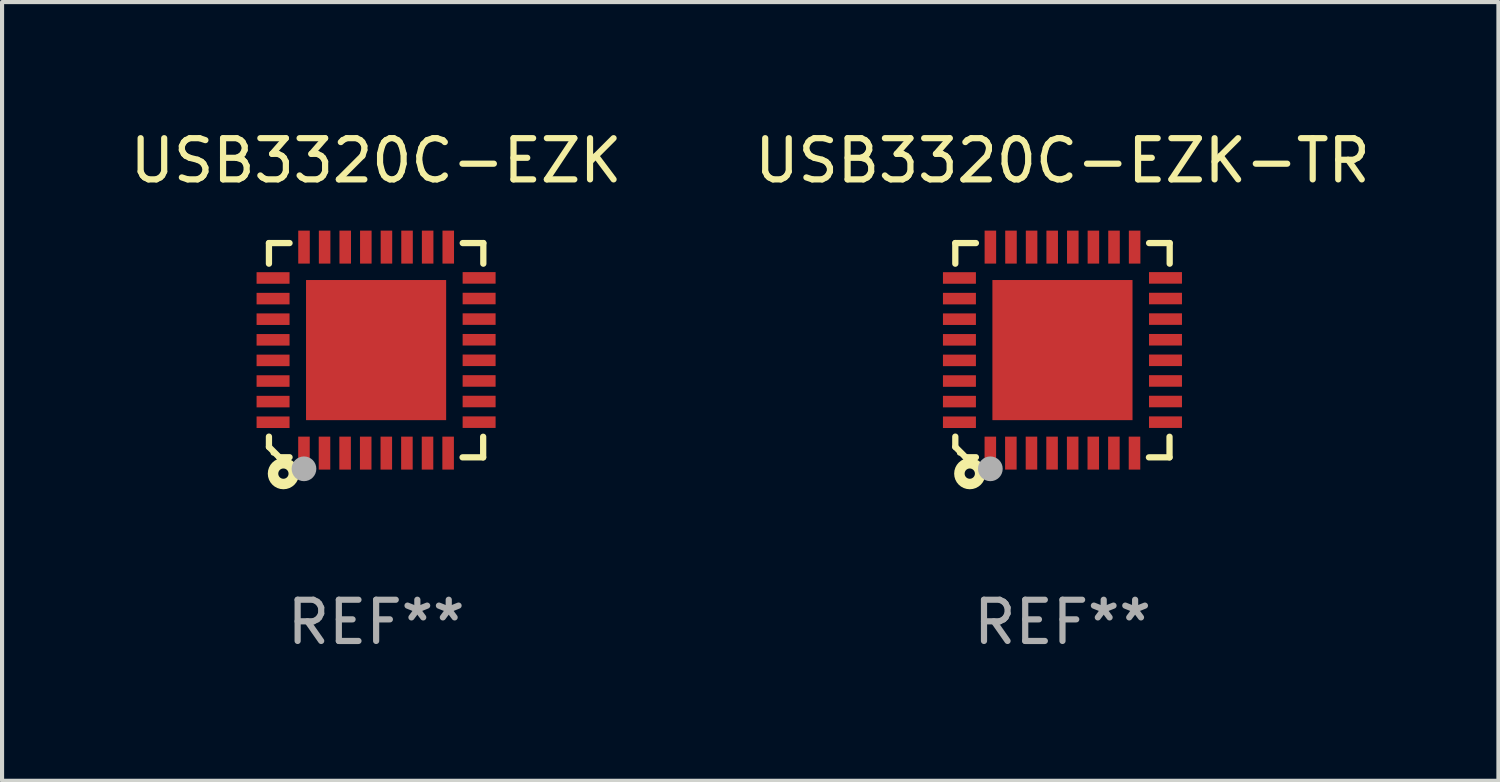
<source format=kicad_pcb>
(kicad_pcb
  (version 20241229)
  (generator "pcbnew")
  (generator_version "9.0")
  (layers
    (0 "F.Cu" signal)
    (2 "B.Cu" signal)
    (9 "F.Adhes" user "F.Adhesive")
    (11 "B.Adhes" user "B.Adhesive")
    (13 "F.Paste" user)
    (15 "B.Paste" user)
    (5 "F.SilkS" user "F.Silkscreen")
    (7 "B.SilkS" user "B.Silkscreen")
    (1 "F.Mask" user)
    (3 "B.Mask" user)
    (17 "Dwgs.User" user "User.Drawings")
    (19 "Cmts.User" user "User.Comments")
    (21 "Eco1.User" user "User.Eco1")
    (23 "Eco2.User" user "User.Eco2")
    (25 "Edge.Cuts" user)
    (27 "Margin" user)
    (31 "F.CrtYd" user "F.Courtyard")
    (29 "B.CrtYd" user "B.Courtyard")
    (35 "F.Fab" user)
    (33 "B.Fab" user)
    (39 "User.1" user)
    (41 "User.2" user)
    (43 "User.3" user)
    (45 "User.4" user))
  (footprint "USB3320C-EZK-TR"
    (layer "F.Cu")
    (at 22.732 5.448)
    (property "Reference" "USB3320C-EZK-TR" (at 0 -4.6 0) (layer "F.SilkS") (effects (font (size 1 1) (thickness 0.15))))
    (attr through_hole)
    (fp_line (start -2.601 2.097) (end -2.601 2.347) (stroke (width 0.152) (type solid)) (layer "F.SilkS"))
    (fp_line (start -2.601 2.347) (end -2.351 2.597) (stroke (width 0.152) (type solid)) (layer "F.SilkS"))
    (fp_line (start -2.601 -2.6) (end -2.601 -2.1) (stroke (width 0.152) (type solid)) (layer "F.SilkS"))
    (fp_line (start -2.601 -2.6) (end -2.101 -2.6) (stroke (width 0.152) (type solid)) (layer "F.SilkS"))
    (fp_line (start -2.351 2.597) (end -2.101 2.597) (stroke (width 0.152) (type solid)) (layer "F.SilkS"))
    (fp_line (start 2.597 2.6) (end 2.097 2.6) (stroke (width 0.152) (type solid)) (layer "F.SilkS"))
    (fp_line (start 2.597 2.6) (end 2.597 2.1) (stroke (width 0.152) (type solid)) (layer "F.SilkS"))
    (fp_line (start 2.601 -2.6) (end 2.101 -2.6) (stroke (width 0.152) (type solid)) (layer "F.SilkS"))
    (fp_line (start 2.601 -2.6) (end 2.601 -2.1) (stroke (width 0.152) (type solid)) (layer "F.SilkS"))
    (fp_circle (center -2.501 2.497) (end -2.471 2.497) (stroke (width 0.06) (type solid)) (fill no) (layer "F.SilkS"))
    (fp_circle (center -2.25 2.995) (end -2.125 2.995) (stroke (width 0.254) (type solid)) (fill no) (layer "F.SilkS"))
    (fp_circle (center -1.751 2.878) (end -1.601 2.878) (stroke (width 0.3) (type solid)) (fill no) (layer "F.Fab"))
    (fp_text user "REF**" (at 0 6.6 0) (layer "F.Fab") (effects (font (size 1 1) (thickness 0.15))))
    (pad "1" smd rect (at -1.751 2.497) (size 0.28 0.8) (layers "F.Cu" "F.Mask" "F.Paste"))
    (pad "2" smd rect (at -1.253 2.497) (size 0.28 0.8) (layers "F.Cu" "F.Mask" "F.Paste"))
    (pad "3" smd rect (at -0.753 2.497) (size 0.28 0.8) (layers "F.Cu" "F.Mask" "F.Paste"))
    (pad "4" smd rect (at -0.253 2.497) (size 0.28 0.8) (layers "F.Cu" "F.Mask" "F.Paste"))
    (pad "5" smd rect (at 0.247 2.497) (size 0.28 0.8) (layers "F.Cu" "F.Mask" "F.Paste"))
    (pad "6" smd rect (at 0.747 2.497) (size 0.28 0.8) (layers "F.Cu" "F.Mask" "F.Paste"))
    (pad "7" smd rect (at 1.247 2.497) (size 0.28 0.8) (layers "F.Cu" "F.Mask" "F.Paste"))
    (pad "8" smd rect (at 1.747 2.497) (size 0.28 0.8) (layers "F.Cu" "F.Mask" "F.Paste"))
    (pad "9" smd rect (at 2.499 1.746) (size 0.8 0.28) (layers "F.Cu" "F.Mask" "F.Paste"))
    (pad "10" smd rect (at 2.499 1.245) (size 0.8 0.28) (layers "F.Cu" "F.Mask" "F.Paste"))
    (pad "11" smd rect (at 2.499 0.746) (size 0.8 0.28) (layers "F.Cu" "F.Mask" "F.Paste"))
    (pad "12" smd rect (at 2.499 0.245) (size 0.8 0.28) (layers "F.Cu" "F.Mask" "F.Paste"))
    (pad "13" smd rect (at 2.499 -0.254) (size 0.8 0.28) (layers "F.Cu" "F.Mask" "F.Paste"))
    (pad "14" smd rect (at 2.499 -0.755) (size 0.8 0.28) (layers "F.Cu" "F.Mask" "F.Paste"))
    (pad "15" smd rect (at 2.499 -1.254) (size 0.8 0.28) (layers "F.Cu" "F.Mask" "F.Paste"))
    (pad "16" smd rect (at 2.499 -1.755) (size 0.8 0.28) (layers "F.Cu" "F.Mask" "F.Paste"))
    (pad "17" smd rect (at 1.75 -2.502) (size 0.28 0.8) (layers "F.Cu" "F.Mask" "F.Paste"))
    (pad "18" smd rect (at 1.25 -2.502) (size 0.28 0.8) (layers "F.Cu" "F.Mask" "F.Paste"))
    (pad "19" smd rect (at 0.75 -2.502) (size 0.28 0.8) (layers "F.Cu" "F.Mask" "F.Paste"))
    (pad "20" smd rect (at 0.25 -2.502) (size 0.28 0.8) (layers "F.Cu" "F.Mask" "F.Paste"))
    (pad "21" smd rect (at -0.25 -2.502) (size 0.28 0.8) (layers "F.Cu" "F.Mask" "F.Paste"))
    (pad "22" smd rect (at -0.75 -2.502) (size 0.28 0.8) (layers "F.Cu" "F.Mask" "F.Paste"))
    (pad "23" smd rect (at -1.25 -2.502) (size 0.28 0.8) (layers "F.Cu" "F.Mask" "F.Paste"))
    (pad "24" smd rect (at -1.75 -2.502) (size 0.28 0.8) (layers "F.Cu" "F.Mask" "F.Paste"))
    (pad "25" smd rect (at -2.501 -1.753) (size 0.8 0.28) (layers "F.Cu" "F.Mask" "F.Paste"))
    (pad "26" smd rect (at -2.501 -1.252) (size 0.8 0.28) (layers "F.Cu" "F.Mask" "F.Paste"))
    (pad "27" smd rect (at -2.501 -0.753) (size 0.8 0.28) (layers "F.Cu" "F.Mask" "F.Paste"))
    (pad "28" smd rect (at -2.501 -0.252) (size 0.8 0.28) (layers "F.Cu" "F.Mask" "F.Paste"))
    (pad "29" smd rect (at -2.501 0.247) (size 0.8 0.28) (layers "F.Cu" "F.Mask" "F.Paste"))
    (pad "30" smd rect (at -2.501 0.748) (size 0.8 0.28) (layers "F.Cu" "F.Mask" "F.Paste"))
    (pad "31" smd rect (at -2.501 1.247) (size 0.8 0.28) (layers "F.Cu" "F.Mask" "F.Paste"))
    (pad "32" smd rect (at -2.501 1.748) (size 0.8 0.28) (layers "F.Cu" "F.Mask" "F.Paste"))
    (pad "33" smd rect (at -0.001 -0.003 180) (size 3.4 3.4) (layers "F.Cu" "F.Mask" "F.Paste")))
  (footprint "USB3320C-EZK"
    (layer "F.Cu")
    (at 6.077 5.448)
    (property "Reference" "USB3320C-EZK" (at 0 -4.6 0) (layer "F.SilkS") (effects (font (size 1 1) (thickness 0.15))))
    (attr through_hole)
    (fp_line (start -2.601 2.097) (end -2.601 2.347) (stroke (width 0.152) (type solid)) (layer "F.SilkS"))
    (fp_line (start -2.601 2.347) (end -2.351 2.597) (stroke (width 0.152) (type solid)) (layer "F.SilkS"))
    (fp_line (start -2.601 -2.6) (end -2.601 -2.1) (stroke (width 0.152) (type solid)) (layer "F.SilkS"))
    (fp_line (start -2.601 -2.6) (end -2.101 -2.6) (stroke (width 0.152) (type solid)) (layer "F.SilkS"))
    (fp_line (start -2.351 2.597) (end -2.101 2.597) (stroke (width 0.152) (type solid)) (layer "F.SilkS"))
    (fp_line (start 2.597 2.6) (end 2.097 2.6) (stroke (width 0.152) (type solid)) (layer "F.SilkS"))
    (fp_line (start 2.597 2.6) (end 2.597 2.1) (stroke (width 0.152) (type solid)) (layer "F.SilkS"))
    (fp_line (start 2.601 -2.6) (end 2.101 -2.6) (stroke (width 0.152) (type solid)) (layer "F.SilkS"))
    (fp_line (start 2.601 -2.6) (end 2.601 -2.1) (stroke (width 0.152) (type solid)) (layer "F.SilkS"))
    (fp_circle (center -2.501 2.497) (end -2.471 2.497) (stroke (width 0.06) (type solid)) (fill no) (layer "F.SilkS"))
    (fp_circle (center -2.25 2.995) (end -2.125 2.995) (stroke (width 0.254) (type solid)) (fill no) (layer "F.SilkS"))
    (fp_circle (center -1.751 2.878) (end -1.601 2.878) (stroke (width 0.3) (type solid)) (fill no) (layer "F.Fab"))
    (fp_text user "REF**" (at 0 6.6 0) (layer "F.Fab") (effects (font (size 1 1) (thickness 0.15))))
    (pad "1" smd rect (at -1.751 2.497) (size 0.28 0.8) (layers "F.Cu" "F.Mask" "F.Paste"))
    (pad "2" smd rect (at -1.253 2.497) (size 0.28 0.8) (layers "F.Cu" "F.Mask" "F.Paste"))
    (pad "3" smd rect (at -0.753 2.497) (size 0.28 0.8) (layers "F.Cu" "F.Mask" "F.Paste"))
    (pad "4" smd rect (at -0.253 2.497) (size 0.28 0.8) (layers "F.Cu" "F.Mask" "F.Paste"))
    (pad "5" smd rect (at 0.247 2.497) (size 0.28 0.8) (layers "F.Cu" "F.Mask" "F.Paste"))
    (pad "6" smd rect (at 0.747 2.497) (size 0.28 0.8) (layers "F.Cu" "F.Mask" "F.Paste"))
    (pad "7" smd rect (at 1.247 2.497) (size 0.28 0.8) (layers "F.Cu" "F.Mask" "F.Paste"))
    (pad "8" smd rect (at 1.747 2.497) (size 0.28 0.8) (layers "F.Cu" "F.Mask" "F.Paste"))
    (pad "9" smd rect (at 2.499 1.746) (size 0.8 0.28) (layers "F.Cu" "F.Mask" "F.Paste"))
    (pad "10" smd rect (at 2.499 1.245) (size 0.8 0.28) (layers "F.Cu" "F.Mask" "F.Paste"))
    (pad "11" smd rect (at 2.499 0.746) (size 0.8 0.28) (layers "F.Cu" "F.Mask" "F.Paste"))
    (pad "12" smd rect (at 2.499 0.245) (size 0.8 0.28) (layers "F.Cu" "F.Mask" "F.Paste"))
    (pad "13" smd rect (at 2.499 -0.254) (size 0.8 0.28) (layers "F.Cu" "F.Mask" "F.Paste"))
    (pad "14" smd rect (at 2.499 -0.755) (size 0.8 0.28) (layers "F.Cu" "F.Mask" "F.Paste"))
    (pad "15" smd rect (at 2.499 -1.254) (size 0.8 0.28) (layers "F.Cu" "F.Mask" "F.Paste"))
    (pad "16" smd rect (at 2.499 -1.755) (size 0.8 0.28) (layers "F.Cu" "F.Mask" "F.Paste"))
    (pad "17" smd rect (at 1.75 -2.502) (size 0.28 0.8) (layers "F.Cu" "F.Mask" "F.Paste"))
    (pad "18" smd rect (at 1.25 -2.502) (size 0.28 0.8) (layers "F.Cu" "F.Mask" "F.Paste"))
    (pad "19" smd rect (at 0.75 -2.502) (size 0.28 0.8) (layers "F.Cu" "F.Mask" "F.Paste"))
    (pad "20" smd rect (at 0.25 -2.502) (size 0.28 0.8) (layers "F.Cu" "F.Mask" "F.Paste"))
    (pad "21" smd rect (at -0.25 -2.502) (size 0.28 0.8) (layers "F.Cu" "F.Mask" "F.Paste"))
    (pad "22" smd rect (at -0.75 -2.502) (size 0.28 0.8) (layers "F.Cu" "F.Mask" "F.Paste"))
    (pad "23" smd rect (at -1.25 -2.502) (size 0.28 0.8) (layers "F.Cu" "F.Mask" "F.Paste"))
    (pad "24" smd rect (at -1.75 -2.502) (size 0.28 0.8) (layers "F.Cu" "F.Mask" "F.Paste"))
    (pad "25" smd rect (at -2.501 -1.753) (size 0.8 0.28) (layers "F.Cu" "F.Mask" "F.Paste"))
    (pad "26" smd rect (at -2.501 -1.252) (size 0.8 0.28) (layers "F.Cu" "F.Mask" "F.Paste"))
    (pad "27" smd rect (at -2.501 -0.753) (size 0.8 0.28) (layers "F.Cu" "F.Mask" "F.Paste"))
    (pad "28" smd rect (at -2.501 -0.252) (size 0.8 0.28) (layers "F.Cu" "F.Mask" "F.Paste"))
    (pad "29" smd rect (at -2.501 0.247) (size 0.8 0.28) (layers "F.Cu" "F.Mask" "F.Paste"))
    (pad "30" smd rect (at -2.501 0.748) (size 0.8 0.28) (layers "F.Cu" "F.Mask" "F.Paste"))
    (pad "31" smd rect (at -2.501 1.247) (size 0.8 0.28) (layers "F.Cu" "F.Mask" "F.Paste"))
    (pad "32" smd rect (at -2.501 1.748) (size 0.8 0.28) (layers "F.Cu" "F.Mask" "F.Paste"))
    (pad "33" smd rect (at -0.001 -0.003 180) (size 3.4 3.4) (layers "F.Cu" "F.Mask" "F.Paste")))
  (gr_rect
    (start -3 -3)
    (end 33.31 15.896)
    (stroke (width 0.1) (type default))
    (fill no)
    (layer "Edge.Cuts")))
</source>
